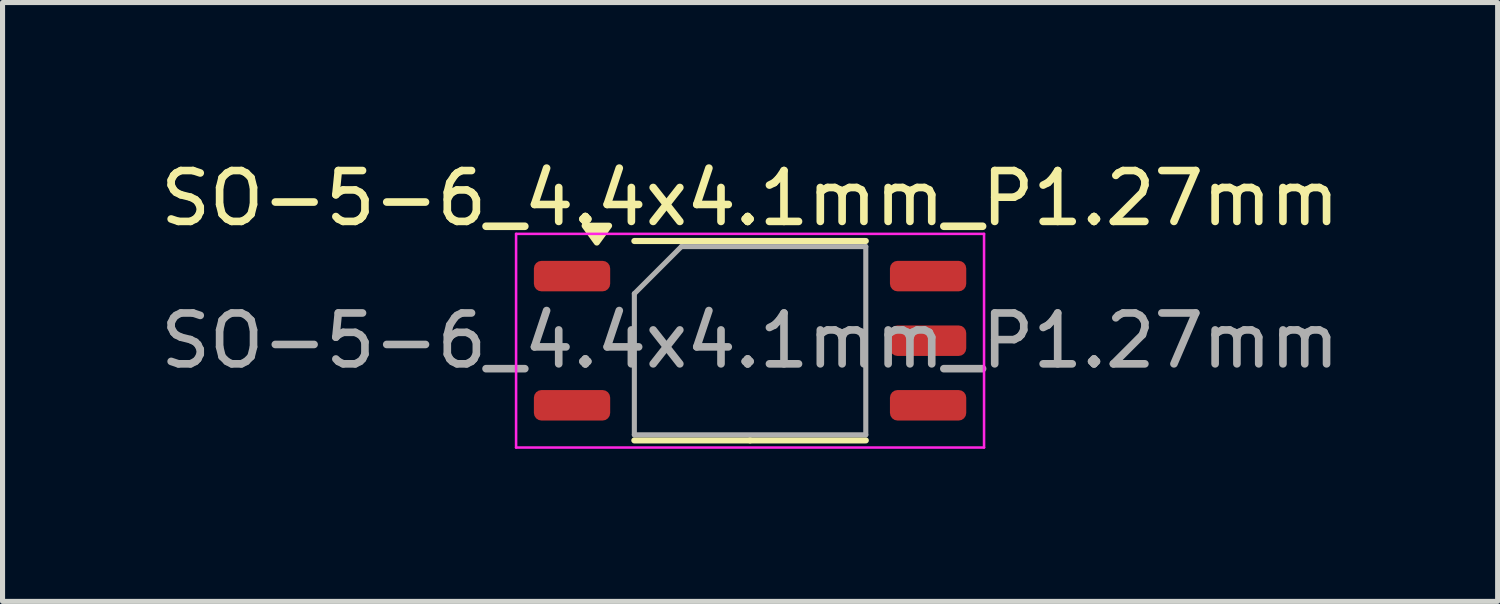
<source format=kicad_pcb>
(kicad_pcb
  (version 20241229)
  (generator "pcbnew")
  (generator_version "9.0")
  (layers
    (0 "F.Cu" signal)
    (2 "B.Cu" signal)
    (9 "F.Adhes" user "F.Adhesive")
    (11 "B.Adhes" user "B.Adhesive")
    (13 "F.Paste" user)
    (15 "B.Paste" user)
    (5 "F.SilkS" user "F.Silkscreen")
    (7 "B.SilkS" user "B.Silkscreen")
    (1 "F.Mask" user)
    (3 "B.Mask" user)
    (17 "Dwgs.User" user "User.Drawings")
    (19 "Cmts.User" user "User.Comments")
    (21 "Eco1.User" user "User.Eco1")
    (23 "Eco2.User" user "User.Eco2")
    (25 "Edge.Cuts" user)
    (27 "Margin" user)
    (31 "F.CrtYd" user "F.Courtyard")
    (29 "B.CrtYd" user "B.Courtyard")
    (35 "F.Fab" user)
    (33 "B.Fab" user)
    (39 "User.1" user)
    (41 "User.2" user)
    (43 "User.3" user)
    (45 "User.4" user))
  (footprint "SO-5-6_4.4x4.1mm_P1.27mm"
    (layer "F.Cu")
    (at 11.696 3.648)
    (property "Reference" "SO-5-6_4.4x4.1mm_P1.27mm" (at 0 -2.8 0) (layer "F.SilkS") (effects (font (size 1 1) (thickness 0.15))))
    (attr smd)
    (fp_line (start 0 -1.96) (end -2.275 -1.96) (stroke (width 0.12) (type solid)) (layer "F.SilkS"))
    (fp_line (start 0 -1.96) (end 2.275 -1.96) (stroke (width 0.12) (type solid)) (layer "F.SilkS"))
    (fp_line (start 0 1.96) (end -2.275 1.96) (stroke (width 0.12) (type solid)) (layer "F.SilkS"))
    (fp_line (start 0 1.96) (end 2.275 1.96) (stroke (width 0.12) (type solid)) (layer "F.SilkS"))
    (fp_poly (pts (xy -3.013 -1.93) (xy -3.252 -2.26) (xy -2.772 -2.26) (xy -3.013 -1.93)) (stroke (width 0.12) (type solid)) (fill yes) (layer "F.SilkS"))
    (fp_line (start -4.6 -2.1) (end -4.6 2.1) (stroke (width 0.05) (type solid)) (layer "F.CrtYd"))
    (fp_line (start -4.6 2.1) (end 4.6 2.1) (stroke (width 0.05) (type solid)) (layer "F.CrtYd"))
    (fp_line (start 4.6 -2.1) (end -4.6 -2.1) (stroke (width 0.05) (type solid)) (layer "F.CrtYd"))
    (fp_line (start 4.6 2.1) (end 4.6 -2.1) (stroke (width 0.05) (type solid)) (layer "F.CrtYd"))
    (fp_line (start -2.275 -0.925) (end -1.35 -1.85) (stroke (width 0.1) (type solid)) (layer "F.Fab"))
    (fp_line (start -2.275 1.85) (end -2.275 -0.925) (stroke (width 0.1) (type solid)) (layer "F.Fab"))
    (fp_line (start -1.35 -1.85) (end 2.275 -1.85) (stroke (width 0.1) (type solid)) (layer "F.Fab"))
    (fp_line (start 2.275 -1.85) (end 2.275 1.85) (stroke (width 0.1) (type solid)) (layer "F.Fab"))
    (fp_line (start 2.275 1.85) (end -2.275 1.85) (stroke (width 0.1) (type solid)) (layer "F.Fab"))
    (fp_text user "${REFERENCE}" (at 0 0 0) (layer "F.Fab") (effects (font (size 1 1) (thickness 0.15))))
    (pad "1" smd roundrect (at -3.5 -1.27) (size 1.5 0.6) (layers "F.Cu" "F.Mask" "F.Paste") (roundrect_rratio 0.25))
    (pad "3" smd roundrect (at -3.5 1.27) (size 1.5 0.6) (layers "F.Cu" "F.Mask" "F.Paste") (roundrect_rratio 0.25))
    (pad "4" smd roundrect (at 3.5 1.27) (size 1.5 0.6) (layers "F.Cu" "F.Mask" "F.Paste") (roundrect_rratio 0.25))
    (pad "5" smd roundrect (at 3.5 0) (size 1.5 0.6) (layers "F.Cu" "F.Mask" "F.Paste") (roundrect_rratio 0.25))
    (pad "6" smd roundrect (at 3.5 -1.27) (size 1.5 0.6) (layers "F.Cu" "F.Mask" "F.Paste") (roundrect_rratio 0.25)))
  (gr_rect
    (start -3 -3)
    (end 26.393 8.773)
    (stroke (width 0.1) (type default))
    (fill no)
    (layer "Edge.Cuts")))
</source>
